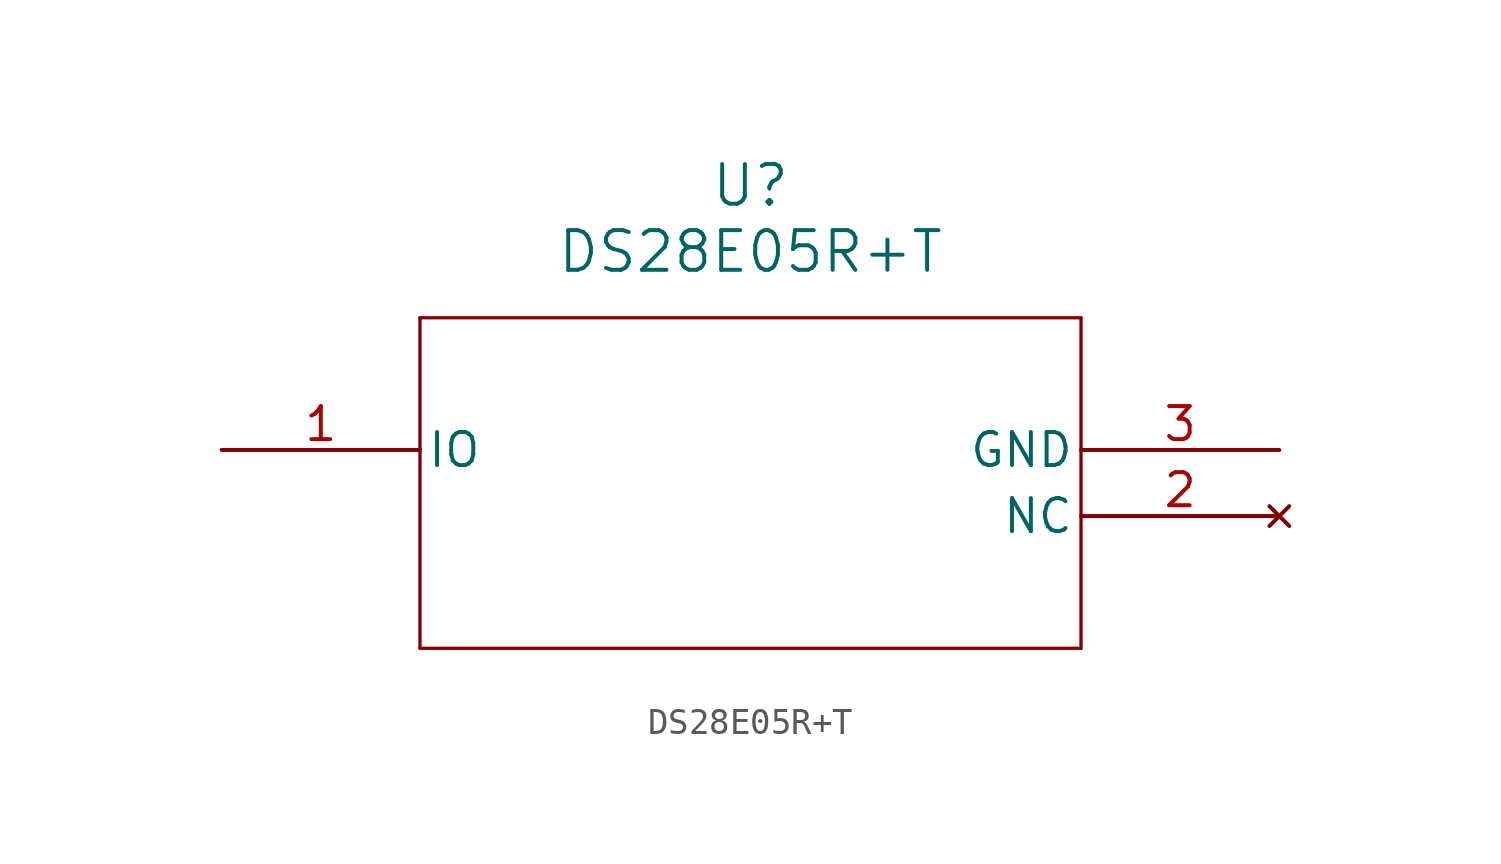
<source format=kicad_sym>
(kicad_symbol_lib
  (version 20241209)
  (generator "kicad_symbol_editor")
  (generator_version "9.0")
  (symbol "DS28E05R+T"
    (pin_names
      (offset 0.254))
    (property "Reference" "U"
      (at 20.32 10.16 0)
      (effects (font (size 1.524 1.524))))
    (property "Value" "DS28E05R+T"
      (at 20.32 7.62 0)
      (effects (font (size 1.524 1.524))))
    (property "ki_locked" ""
      (at 0 0 0)
      (effects (font (size 1.27 1.27))))
    (symbol "DS28E05R+T_0_1"
      (polyline (pts (xy 7.62 5.08) (xy 7.62 -7.62)) (stroke (width 0.127) (type default)) (fill (type none)))
      (polyline (pts (xy 7.62 -7.62) (xy 33.02 -7.62)) (stroke (width 0.127) (type default)) (fill (type none)))
      (polyline (pts (xy 33.02 5.08) (xy 7.62 5.08)) (stroke (width 0.127) (type default)) (fill (type none)))
      (polyline (pts (xy 33.02 -7.62) (xy 33.02 5.08)) (stroke (width 0.127) (type default)) (fill (type none)))
      (pin bidirectional line (at 0 0 0) (length 7.62) (name "IO" (effects (font (size 1.27 1.27)))) (number "1" (effects (font (size 1.27 1.27)))))
      (pin power_in line (at 40.64 0 180) (length 7.62) (name "GND" (effects (font (size 1.27 1.27)))) (number "3" (effects (font (size 1.27 1.27)))))
      (pin no_connect line (at 40.64 -2.54 180) (length 7.62) (name "NC" (effects (font (size 1.27 1.27)))) (number "2" (effects (font (size 1.27 1.27))))))))
</source>
